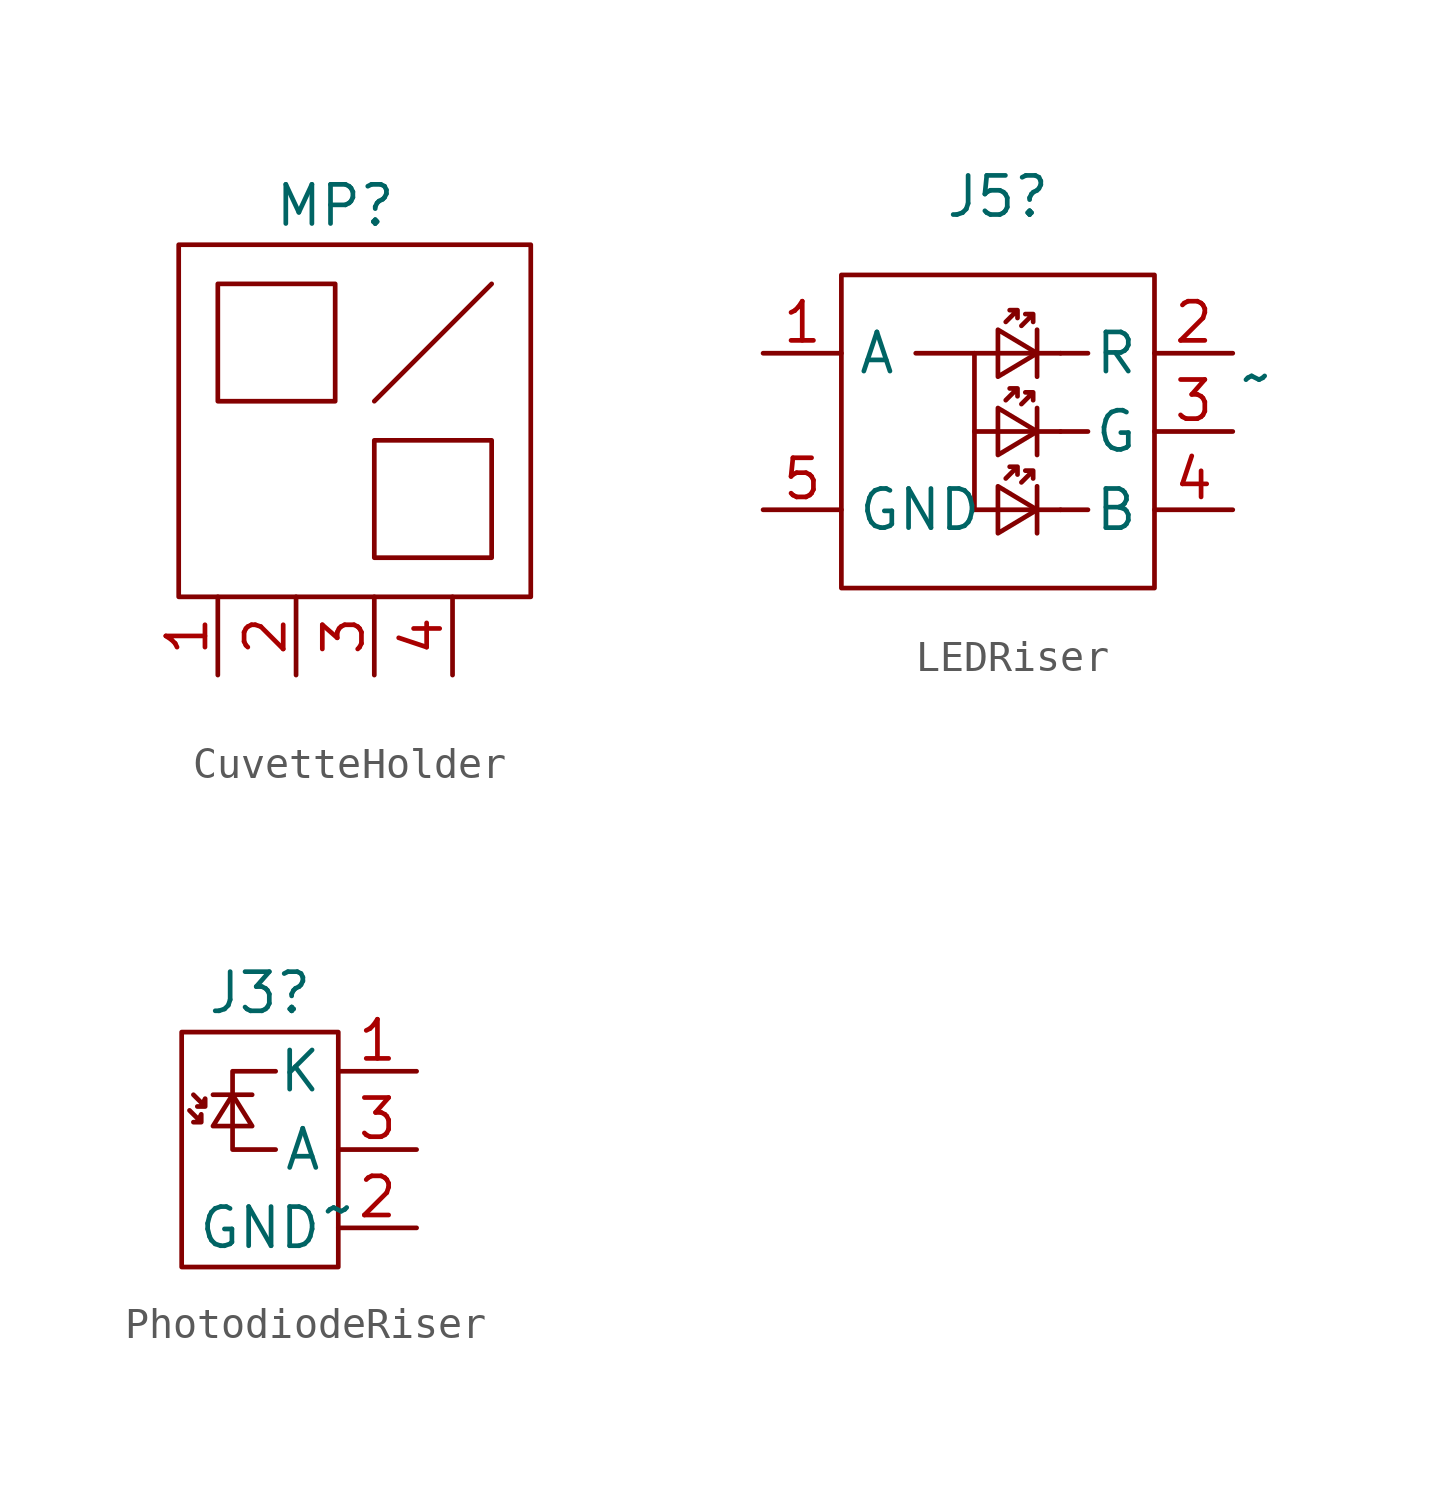
<source format=kicad_sym>
(kicad_symbol_lib
  (version 20220914)
  (generator kicad_symbol_editor)
  (symbol "CuvetteHolder"
    (property "Reference" "MP"
      (at -6.35 13.97 0)
      (effects (font (size 1.27 1.27))))
    (property "Value" ""
      (at 0 0 0)
      (effects (font (size 1.27 1.27))))
    (symbol "CuvetteHolder_0_1"
      (rectangle (start -11.43 12.7) (end 0 1.27) (stroke (width 0) (type default)) (fill (type none)))
      (rectangle (start -10.16 11.43) (end -6.35 7.62) (stroke (width 0) (type default)) (fill (type none)))
      (rectangle (start -5.08 6.35) (end -1.27 2.54) (stroke (width 0) (type default)) (fill (type none)))
      (polyline (pts (xy -5.08 7.62) (xy -1.27 11.43)) (stroke (width 0) (type default)) (fill (type none))))
    (symbol "CuvetteHolder_1_1"
      (pin input line (at -10.16 -1.27 90) (length 2.54) (name "" (effects (font (size 1.27 1.27)))) (number "1" (effects (font (size 1.27 1.27)))))
      (pin input line (at -7.62 -1.27 90) (length 2.54) (name "" (effects (font (size 1.27 1.27)))) (number "2" (effects (font (size 1.27 1.27)))))
      (pin input line (at -5.08 -1.27 90) (length 2.54) (name "" (effects (font (size 1.27 1.27)))) (number "3" (effects (font (size 1.27 1.27)))))
      (pin input line (at -2.54 -1.27 90) (length 2.54) (name "" (effects (font (size 1.27 1.27)))) (number "4" (effects (font (size 1.27 1.27)))))))
  (symbol "LEDRiser"
    (property "Reference" "J5"
      (at 0 7.62 0)
      (effects (font (size 1.27 1.27))))
    (property "Value" "~"
      (at 8.382 1.778 0)
      (effects (font (size 1.27 1.27))))
    (symbol "LEDRiser_0_1"
      (rectangle (start -5.08 5.08) (end 5.08 -5.08) (stroke (width 0) (type default)) (fill (type none)))
      (polyline (pts (xy -0.762 -2.54) (xy 2.032 -2.54)) (stroke (width 0) (type default)) (fill (type none)))
      (polyline (pts (xy -0.762 0) (xy 2.032 0)) (stroke (width 0) (type default)) (fill (type none)))
      (polyline (pts (xy -0.762 2.54) (xy 2.032 2.54)) (stroke (width 0) (type default)) (fill (type none)))
      (polyline (pts (xy 2.032 -2.54) (xy 2.921 -2.54)) (stroke (width 0) (type default)) (fill (type none)))
      (polyline (pts (xy 2.032 0) (xy 2.921 0)) (stroke (width 0) (type default)) (fill (type none)))
      (polyline (pts (xy 2.032 2.54) (xy 2.921 2.54)) (stroke (width 0) (type default)) (fill (type none)))
      (polyline (pts (xy -0.762 -2.54) (xy -0.762 2.54) (xy -2.667 2.54)) (stroke (width 0) (type default)) (fill (type none)))
      (polyline (pts (xy 1.27 -1.778) (xy 1.27 -3.302) (xy 1.27 -2.54)) (stroke (width 0) (type default)) (fill (type none)))
      (polyline (pts (xy 1.27 0.762) (xy 1.27 -0.762) (xy 1.27 0)) (stroke (width 0) (type default)) (fill (type none)))
      (polyline (pts (xy 1.27 3.302) (xy 1.27 1.778) (xy 1.27 2.54)) (stroke (width 0) (type default)) (fill (type none)))
      (polyline (pts (xy 1.27 -2.54) (xy 0 -1.778) (xy 0 -3.302) (xy 1.27 -2.54)) (stroke (width 0) (type default)) (fill (type none)))
      (polyline (pts (xy 1.27 0) (xy 0 0.762) (xy 0 -0.762) (xy 1.27 0)) (stroke (width 0) (type default)) (fill (type none)))
      (polyline (pts (xy 1.27 2.54) (xy 0 3.302) (xy 0 1.778) (xy 1.27 2.54)) (stroke (width 0) (type default)) (fill (type none)))
      (polyline (pts (xy 0.254 -1.524) (xy 0.635 -1.143) (xy 0.381 -1.143) (xy 0.635 -1.143) (xy 0.635 -1.397)) (stroke (width 0) (type default)) (fill (type none)))
      (polyline (pts (xy 0.254 1.016) (xy 0.635 1.397) (xy 0.381 1.397) (xy 0.635 1.397) (xy 0.635 1.143)) (stroke (width 0) (type default)) (fill (type none)))
      (polyline (pts (xy 0.254 3.556) (xy 0.635 3.937) (xy 0.381 3.937) (xy 0.635 3.937) (xy 0.635 3.683)) (stroke (width 0) (type default)) (fill (type none)))
      (polyline (pts (xy 0.762 -1.651) (xy 1.143 -1.27) (xy 0.889 -1.27) (xy 1.143 -1.27) (xy 1.143 -1.524)) (stroke (width 0) (type default)) (fill (type none)))
      (polyline (pts (xy 0.762 0.889) (xy 1.143 1.27) (xy 0.889 1.27) (xy 1.143 1.27) (xy 1.143 1.016)) (stroke (width 0) (type default)) (fill (type none)))
      (polyline (pts (xy 0.762 3.429) (xy 1.143 3.81) (xy 0.889 3.81) (xy 1.143 3.81) (xy 1.143 3.556)) (stroke (width 0) (type default)) (fill (type none))))
    (symbol "LEDRiser_1_1"
      (pin passive line (at -7.62 2.54 0) (length 2.54) (name "A" (effects (font (size 1.27 1.27)))) (number "1" (effects (font (size 1.27 1.27)))))
      (pin passive line (at 7.62 2.54 180) (length 2.54) (name "R" (effects (font (size 1.27 1.27)))) (number "2" (effects (font (size 1.27 1.27)))))
      (pin passive line (at 7.62 0 180) (length 2.54) (name "G" (effects (font (size 1.27 1.27)))) (number "3" (effects (font (size 1.27 1.27)))))
      (pin passive line (at 7.62 -2.54 180) (length 2.54) (name "B" (effects (font (size 1.27 1.27)))) (number "4" (effects (font (size 1.27 1.27)))))
      (pin power_in line (at -7.62 -2.54 0) (length 2.54) (name "GND" (effects (font (size 1.27 1.27)))) (number "5" (effects (font (size 1.27 1.27)))))))
  (symbol "PhotodiodeRiser"
    (property "Reference" "J3"
      (at -5.08 5.08 0)
      (effects (font (size 1.27 1.27))))
    (property "Value" "~"
      (at -2.54 -1.905 0)
      (effects (font (size 1.27 1.27))))
    (symbol "PhotodiodeRiser_0_1"
      (polyline (pts (xy -6.604 1.778) (xy -5.334 1.778)) (stroke (width 0) (type default)) (fill (type none)))
      (polyline (pts (xy -5.969 1.778) (xy -6.604 0.762) (xy -5.334 0.762) (xy -5.969 1.778)) (stroke (width 0) (type default)) (fill (type none)))
      (polyline (pts (xy -4.572 2.54) (xy -5.969 2.54) (xy -5.969 0) (xy -4.572 0)) (stroke (width 0) (type default)) (fill (type none))))
    (symbol "PhotodiodeRiser_1_1"
      (rectangle (start -7.62 3.81) (end -2.54 -3.81) (stroke (width 0) (type default)) (fill (type none)))
      (polyline (pts (xy -7.366 1.27) (xy -6.985 0.889) (xy -7.239 0.889) (xy -6.985 0.889) (xy -6.985 1.143) (xy -7.112 0.889)) (stroke (width 0) (type default)) (fill (type none)))
      (polyline (pts (xy -7.239 1.778) (xy -6.858 1.397) (xy -7.112 1.397) (xy -6.858 1.397) (xy -6.858 1.651) (xy -6.985 1.397)) (stroke (width 0) (type default)) (fill (type none)))
      (pin passive line (at 0 2.54 180) (length 2.54) (name "K" (effects (font (size 1.27 1.27)))) (number "1" (effects (font (size 1.27 1.27)))))
      (pin power_in line (at 0 -2.54 180) (length 2.54) (name "GND" (effects (font (size 1.27 1.27)))) (number "2" (effects (font (size 1.27 1.27)))))
      (pin passive line (at 0 0 180) (length 2.54) (name "A" (effects (font (size 1.27 1.27)))) (number "3" (effects (font (size 1.27 1.27))))))))
</source>
